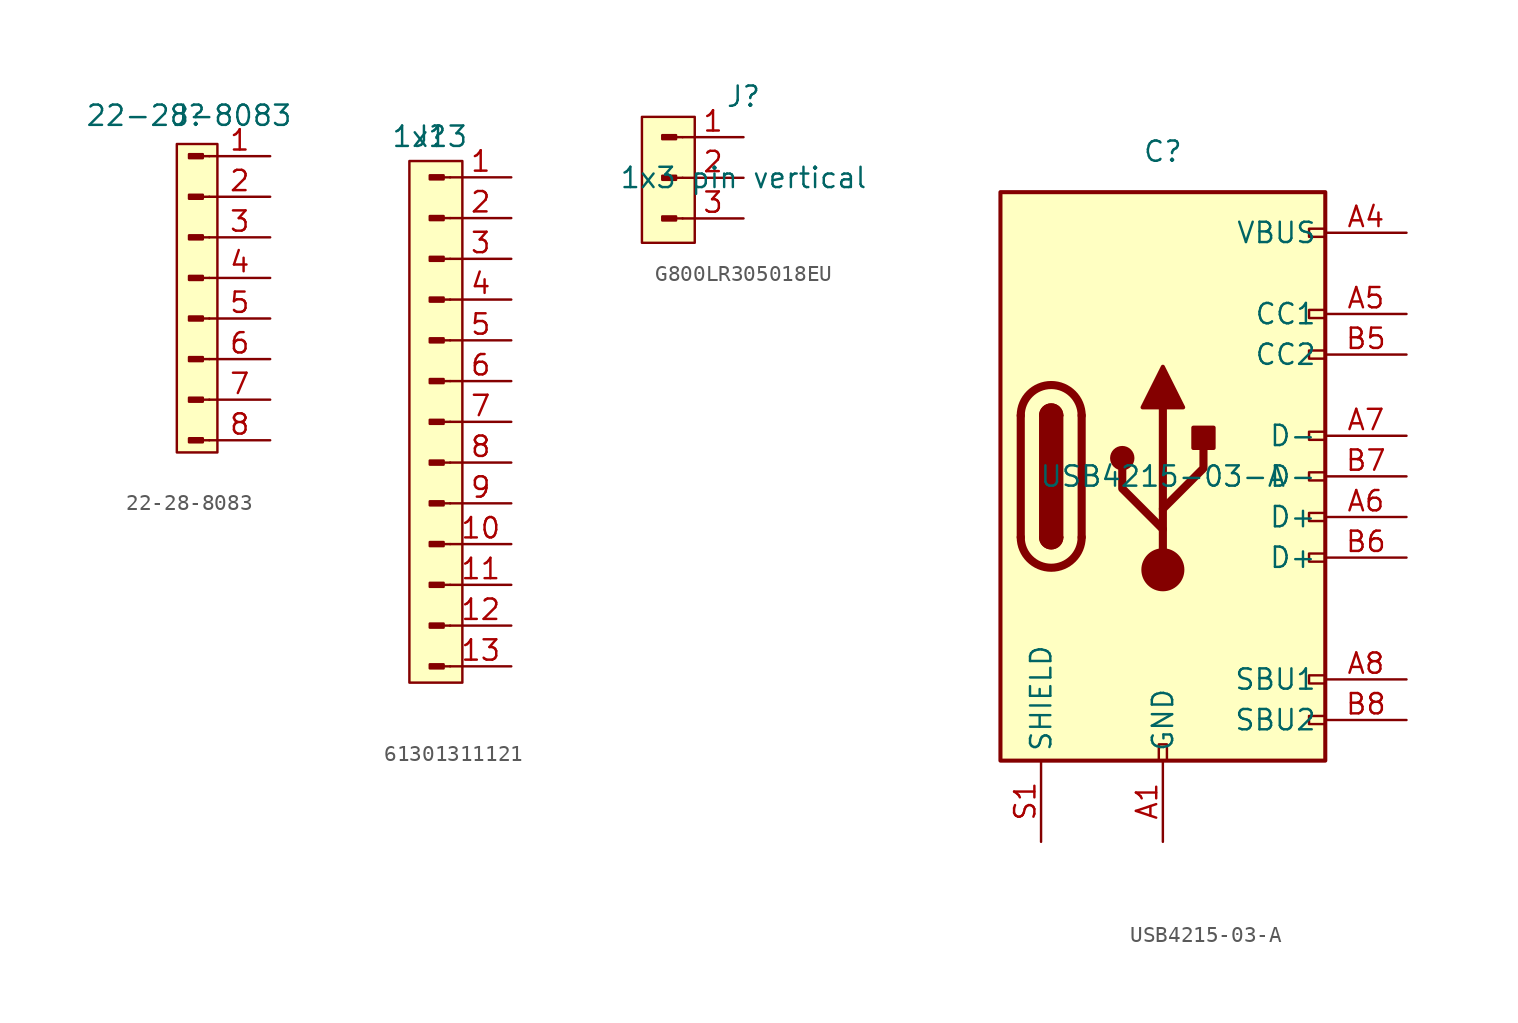
<source format=kicad_sym>
(kicad_symbol_lib
  (version 20241209)
  (generator "kicad_symbol_editor")
  (generator_version "9.0")
  (symbol "22-28-8083"
    (pin_names
      (hide yes))
    (property "Reference" "J"
      (at 0 0 0)
      (effects (font (size 1.27 1.27))))
    (property "Value" "22-28-8083"
      (at 0 0 0)
      (effects (font (size 1.27 1.27))))
    (symbol "22-28-8083_1_1"
      (rectangle (start -0.762 -1.778) (end 1.778 -21.082) (stroke (width 0) (type solid)) (fill (type color) (color 255 255 194 1)))
      (rectangle (start 0.864 -2.413) (end 0 -2.667) (stroke (width 0.152) (type default)) (fill (type outline)))
      (rectangle (start 0.864 -4.953) (end 0 -5.207) (stroke (width 0.152) (type default)) (fill (type outline)))
      (rectangle (start 0.864 -7.493) (end 0 -7.747) (stroke (width 0.152) (type default)) (fill (type outline)))
      (rectangle (start 0.864 -10.033) (end 0 -10.287) (stroke (width 0.152) (type default)) (fill (type outline)))
      (rectangle (start 0.864 -12.573) (end 0 -12.827) (stroke (width 0.152) (type default)) (fill (type outline)))
      (rectangle (start 0.864 -15.113) (end 0 -15.367) (stroke (width 0.152) (type default)) (fill (type outline)))
      (rectangle (start 0.864 -17.653) (end 0 -17.907) (stroke (width 0.152) (type default)) (fill (type outline)))
      (rectangle (start 0.864 -20.193) (end 0 -20.447) (stroke (width 0.152) (type default)) (fill (type outline)))
      (polyline (pts (xy 1.27 -2.54) (xy 0.864 -2.54)) (stroke (width 0.152) (type default)) (fill (type none)))
      (polyline (pts (xy 1.27 -5.08) (xy 0.864 -5.08)) (stroke (width 0.152) (type default)) (fill (type none)))
      (polyline (pts (xy 1.27 -7.62) (xy 0.864 -7.62)) (stroke (width 0.152) (type default)) (fill (type none)))
      (polyline (pts (xy 1.27 -10.16) (xy 0.864 -10.16)) (stroke (width 0.152) (type default)) (fill (type none)))
      (polyline (pts (xy 1.27 -12.7) (xy 0.864 -12.7)) (stroke (width 0.152) (type default)) (fill (type none)))
      (polyline (pts (xy 1.27 -15.24) (xy 0.864 -15.24)) (stroke (width 0.152) (type default)) (fill (type none)))
      (polyline (pts (xy 1.27 -17.78) (xy 0.864 -17.78)) (stroke (width 0.152) (type default)) (fill (type none)))
      (polyline (pts (xy 1.27 -20.32) (xy 0.864 -20.32)) (stroke (width 0.152) (type default)) (fill (type none)))
      (pin passive line (at 5.08 -2.54 180) (length 3.81) (name "Pin_1" (effects (font (size 1.27 1.27)))) (number "1" (effects (font (size 1.27 1.27)))))
      (pin passive line (at 5.08 -5.08 180) (length 3.81) (name "Pin_2" (effects (font (size 1.27 1.27)))) (number "2" (effects (font (size 1.27 1.27)))))
      (pin passive line (at 5.08 -7.62 180) (length 3.81) (name "Pin_3" (effects (font (size 1.27 1.27)))) (number "3" (effects (font (size 1.27 1.27)))))
      (pin passive line (at 5.08 -10.16 180) (length 3.81) (name "Pin_4" (effects (font (size 1.27 1.27)))) (number "4" (effects (font (size 1.27 1.27)))))
      (pin passive line (at 5.08 -12.7 180) (length 3.81) (name "Pin_5" (effects (font (size 1.27 1.27)))) (number "5" (effects (font (size 1.27 1.27)))))
      (pin passive line (at 5.08 -15.24 180) (length 3.81) (name "Pin_6" (effects (font (size 1.27 1.27)))) (number "6" (effects (font (size 1.27 1.27)))))
      (pin passive line (at 5.08 -17.78 180) (length 3.81) (name "Pin_7" (effects (font (size 1.27 1.27)))) (number "7" (effects (font (size 1.27 1.27)))))
      (pin passive line (at 5.08 -20.32 180) (length 3.81) (name "Pin_8" (effects (font (size 1.27 1.27)))) (number "8" (effects (font (size 1.27 1.27)))))))
  (symbol "61301311121"
    (pin_names
      (hide yes))
    (property "Reference" "J"
      (at 0 0 0)
      (effects (font (size 1.27 1.27))))
    (property "Value" "1x13"
      (at 0 0 0)
      (effects (font (size 1.27 1.27))))
    (symbol "61301311121_1_1"
      (rectangle (start -1.27 -1.524) (end 2.032 -34.036) (stroke (width 0) (type solid)) (fill (type color) (color 255 255 194 1)))
      (rectangle (start 0.864 -2.413) (end 0 -2.667) (stroke (width 0.152) (type default)) (fill (type outline)))
      (rectangle (start 0.864 -4.953) (end 0 -5.207) (stroke (width 0.152) (type default)) (fill (type outline)))
      (rectangle (start 0.864 -7.493) (end 0 -7.747) (stroke (width 0.152) (type default)) (fill (type outline)))
      (rectangle (start 0.864 -10.033) (end 0 -10.287) (stroke (width 0.152) (type default)) (fill (type outline)))
      (rectangle (start 0.864 -12.573) (end 0 -12.827) (stroke (width 0.152) (type default)) (fill (type outline)))
      (rectangle (start 0.864 -15.113) (end 0 -15.367) (stroke (width 0.152) (type default)) (fill (type outline)))
      (rectangle (start 0.864 -17.653) (end 0 -17.907) (stroke (width 0.152) (type default)) (fill (type outline)))
      (rectangle (start 0.864 -20.193) (end 0 -20.447) (stroke (width 0.152) (type default)) (fill (type outline)))
      (rectangle (start 0.864 -22.733) (end 0 -22.987) (stroke (width 0.152) (type default)) (fill (type outline)))
      (rectangle (start 0.864 -25.273) (end 0 -25.527) (stroke (width 0.152) (type default)) (fill (type outline)))
      (rectangle (start 0.864 -27.813) (end 0 -28.067) (stroke (width 0.152) (type default)) (fill (type outline)))
      (rectangle (start 0.864 -30.353) (end 0 -30.607) (stroke (width 0.152) (type default)) (fill (type outline)))
      (rectangle (start 0.864 -32.893) (end 0 -33.147) (stroke (width 0.152) (type default)) (fill (type outline)))
      (polyline (pts (xy 1.27 -2.54) (xy 0.864 -2.54)) (stroke (width 0.152) (type default)) (fill (type none)))
      (polyline (pts (xy 1.27 -5.08) (xy 0.864 -5.08)) (stroke (width 0.152) (type default)) (fill (type none)))
      (polyline (pts (xy 1.27 -7.62) (xy 0.864 -7.62)) (stroke (width 0.152) (type default)) (fill (type none)))
      (polyline (pts (xy 1.27 -10.16) (xy 0.864 -10.16)) (stroke (width 0.152) (type default)) (fill (type none)))
      (polyline (pts (xy 1.27 -12.7) (xy 0.864 -12.7)) (stroke (width 0.152) (type default)) (fill (type none)))
      (polyline (pts (xy 1.27 -15.24) (xy 0.864 -15.24)) (stroke (width 0.152) (type default)) (fill (type none)))
      (polyline (pts (xy 1.27 -17.78) (xy 0.864 -17.78)) (stroke (width 0.152) (type default)) (fill (type none)))
      (polyline (pts (xy 1.27 -20.32) (xy 0.864 -20.32)) (stroke (width 0.152) (type default)) (fill (type none)))
      (polyline (pts (xy 1.27 -22.86) (xy 0.864 -22.86)) (stroke (width 0.152) (type default)) (fill (type none)))
      (polyline (pts (xy 1.27 -25.4) (xy 0.864 -25.4)) (stroke (width 0.152) (type default)) (fill (type none)))
      (polyline (pts (xy 1.27 -27.94) (xy 0.864 -27.94)) (stroke (width 0.152) (type default)) (fill (type none)))
      (polyline (pts (xy 1.27 -30.48) (xy 0.864 -30.48)) (stroke (width 0.152) (type default)) (fill (type none)))
      (polyline (pts (xy 1.27 -33.02) (xy 0.864 -33.02)) (stroke (width 0.152) (type default)) (fill (type none)))
      (pin passive line (at 5.08 -2.54 180) (length 3.81) (name "Pin_1" (effects (font (size 1.27 1.27)))) (number "1" (effects (font (size 1.27 1.27)))))
      (pin passive line (at 5.08 -5.08 180) (length 3.81) (name "Pin_2" (effects (font (size 1.27 1.27)))) (number "2" (effects (font (size 1.27 1.27)))))
      (pin passive line (at 5.08 -7.62 180) (length 3.81) (name "Pin_3" (effects (font (size 1.27 1.27)))) (number "3" (effects (font (size 1.27 1.27)))))
      (pin passive line (at 5.08 -10.16 180) (length 3.81) (name "Pin_4" (effects (font (size 1.27 1.27)))) (number "4" (effects (font (size 1.27 1.27)))))
      (pin passive line (at 5.08 -12.7 180) (length 3.81) (name "Pin_5" (effects (font (size 1.27 1.27)))) (number "5" (effects (font (size 1.27 1.27)))))
      (pin passive line (at 5.08 -15.24 180) (length 3.81) (name "Pin_6" (effects (font (size 1.27 1.27)))) (number "6" (effects (font (size 1.27 1.27)))))
      (pin passive line (at 5.08 -17.78 180) (length 3.81) (name "Pin_7" (effects (font (size 1.27 1.27)))) (number "7" (effects (font (size 1.27 1.27)))))
      (pin passive line (at 5.08 -20.32 180) (length 3.81) (name "Pin_8" (effects (font (size 1.27 1.27)))) (number "8" (effects (font (size 1.27 1.27)))))
      (pin passive line (at 5.08 -22.86 180) (length 3.81) (name "Pin_9" (effects (font (size 1.27 1.27)))) (number "9" (effects (font (size 1.27 1.27)))))
      (pin passive line (at 5.08 -25.4 180) (length 3.81) (name "Pin_10" (effects (font (size 1.27 1.27)))) (number "10" (effects (font (size 1.27 1.27)))))
      (pin passive line (at 5.08 -27.94 180) (length 3.81) (name "Pin_11" (effects (font (size 1.27 1.27)))) (number "11" (effects (font (size 1.27 1.27)))))
      (pin passive line (at 5.08 -30.48 180) (length 3.81) (name "Pin_12" (effects (font (size 1.27 1.27)))) (number "12" (effects (font (size 1.27 1.27)))))
      (pin passive line (at 5.08 -33.02 180) (length 3.81) (name "Pin_13" (effects (font (size 1.27 1.27)))) (number "13" (effects (font (size 1.27 1.27)))))))
  (symbol "G800LR305018EU"
    (pin_names
      (hide yes))
    (property "Reference" "J"
      (at 0 5.08 0)
      (effects (font (size 1.27 1.27))))
    (property "Value" "1x3 pin vertical"
      (at 0 0 0)
      (effects (font (size 1.27 1.27))))
    (symbol "G800LR305018EU_1_1"
      (rectangle (start -6.35 3.81) (end -3.048 -4.064) (stroke (width 0) (type solid)) (fill (type color) (color 255 255 194 1)))
      (rectangle (start -4.216 2.667) (end -5.08 2.413) (stroke (width 0.152) (type default)) (fill (type outline)))
      (rectangle (start -4.216 0.127) (end -5.08 -0.127) (stroke (width 0.152) (type default)) (fill (type outline)))
      (rectangle (start -4.216 -2.413) (end -5.08 -2.667) (stroke (width 0.152) (type default)) (fill (type outline)))
      (polyline (pts (xy -3.81 2.54) (xy -4.216 2.54)) (stroke (width 0.152) (type default)) (fill (type none)))
      (polyline (pts (xy -3.81 0) (xy -4.216 0)) (stroke (width 0.152) (type default)) (fill (type none)))
      (polyline (pts (xy -3.81 -2.54) (xy -4.216 -2.54)) (stroke (width 0.152) (type default)) (fill (type none)))
      (pin passive line (at 0 2.54 180) (length 3.81) (name "Pin_1" (effects (font (size 1.27 1.27)))) (number "1" (effects (font (size 1.27 1.27)))))
      (pin passive line (at 0 0 180) (length 3.81) (name "Pin_2" (effects (font (size 1.27 1.27)))) (number "2" (effects (font (size 1.27 1.27)))))
      (pin passive line (at 0 -2.54 180) (length 3.81) (name "Pin_3" (effects (font (size 1.27 1.27)))) (number "3" (effects (font (size 1.27 1.27)))))))
  (symbol "USB4215-03-A"
    (property "Reference" "C"
      (at 0 20.32 0)
      (effects (font (size 1.27 1.27))))
    (property "Value" "USB4215-03-A"
      (at 0 0 0)
      (effects (font (size 1.27 1.27))))
    (symbol "USB4215-03-A_0_0"
      (rectangle (start -0.254 -17.78) (end 0.254 -16.764) (stroke (width 0) (type default)) (fill (type none)))
      (rectangle (start 10.16 15.494) (end 9.144 14.986) (stroke (width 0) (type default)) (fill (type none)))
      (rectangle (start 10.16 10.414) (end 9.144 9.906) (stroke (width 0) (type default)) (fill (type none)))
      (rectangle (start 10.16 7.874) (end 9.144 7.366) (stroke (width 0) (type default)) (fill (type none)))
      (rectangle (start 10.16 2.794) (end 9.144 2.286) (stroke (width 0) (type default)) (fill (type none)))
      (rectangle (start 10.16 0.254) (end 9.144 -0.254) (stroke (width 0) (type default)) (fill (type none)))
      (rectangle (start 10.16 -2.286) (end 9.144 -2.794) (stroke (width 0) (type default)) (fill (type none)))
      (rectangle (start 10.16 -4.826) (end 9.144 -5.334) (stroke (width 0) (type default)) (fill (type none)))
      (rectangle (start 10.16 -12.446) (end 9.144 -12.954) (stroke (width 0) (type default)) (fill (type none)))
      (rectangle (start 10.16 -14.986) (end 9.144 -15.494) (stroke (width 0) (type default)) (fill (type none))))
    (symbol "USB4215-03-A_0_1"
      (rectangle (start -10.16 17.78) (end 10.16 -17.78) (stroke (width 0.254) (type default)) (fill (type background)))
      (polyline (pts (xy -8.89 -3.81) (xy -8.89 3.81)) (stroke (width 0.508) (type default)) (fill (type none)))
      (rectangle (start -7.62 -3.81) (end -6.35 3.81) (stroke (width 0.254) (type default)) (fill (type outline)))
      (arc (start -7.62 3.81) (mid -6.985 4.4423) (end -6.35 3.81) (stroke (width 0.254) (type default)) (fill (type none)))
      (arc (start -7.62 3.81) (mid -6.985 4.4423) (end -6.35 3.81) (stroke (width 0.254) (type default)) (fill (type outline)))
      (arc (start -8.89 3.81) (mid -6.985 5.7067) (end -5.08 3.81) (stroke (width 0.508) (type default)) (fill (type none)))
      (arc (start -5.08 -3.81) (mid -6.985 -5.7067) (end -8.89 -3.81) (stroke (width 0.508) (type default)) (fill (type none)))
      (arc (start -6.35 -3.81) (mid -6.985 -4.4423) (end -7.62 -3.81) (stroke (width 0.254) (type default)) (fill (type none)))
      (arc (start -6.35 -3.81) (mid -6.985 -4.4423) (end -7.62 -3.81) (stroke (width 0.254) (type default)) (fill (type outline)))
      (polyline (pts (xy -5.08 3.81) (xy -5.08 -3.81)) (stroke (width 0.508) (type default)) (fill (type none)))
      (circle (center -2.54 1.143) (radius 0.635) (stroke (width 0.254) (type default)) (fill (type outline)))
      (polyline (pts (xy -1.27 4.318) (xy 0 6.858) (xy 1.27 4.318) (xy -1.27 4.318)) (stroke (width 0.254) (type default)) (fill (type outline)))
      (polyline (pts (xy 0 -2.032) (xy 2.54 0.508) (xy 2.54 1.778)) (stroke (width 0.508) (type default)) (fill (type none)))
      (polyline (pts (xy 0 -3.302) (xy -2.54 -0.762) (xy -2.54 0.508)) (stroke (width 0.508) (type default)) (fill (type none)))
      (polyline (pts (xy 0 -5.842) (xy 0 4.318)) (stroke (width 0.508) (type default)) (fill (type none)))
      (circle (center 0 -5.842) (radius 1.27) (stroke (width 0) (type default)) (fill (type outline)))
      (rectangle (start 1.905 1.778) (end 3.175 3.048) (stroke (width 0.254) (type default)) (fill (type outline))))
    (symbol "USB4215-03-A_1_1"
      (pin passive line (at -7.62 -22.86 90) (length 5.08) (name "SHIELD" (effects (font (size 1.27 1.27)))) (number "S1" (effects (font (size 1.27 1.27)))))
      (pin passive line (at 0 -22.86 90) (length 5.08) (name "GND" (effects (font (size 1.27 1.27)))) (number "A1" (effects (font (size 1.27 1.27)))))
      (pin passive line (at 0 -22.86 90) (length 5.08) (hide yes) (name "GND" (effects (font (size 1.27 1.27)))) (number "A12" (effects (font (size 1.27 1.27)))))
      (pin passive line (at 0 -22.86 90) (length 5.08) (hide yes) (name "GND" (effects (font (size 1.27 1.27)))) (number "B1" (effects (font (size 1.27 1.27)))))
      (pin passive line (at 0 -22.86 90) (length 5.08) (hide yes) (name "GND" (effects (font (size 1.27 1.27)))) (number "B12" (effects (font (size 1.27 1.27)))))
      (pin passive line (at 15.24 15.24 180) (length 5.08) (name "VBUS" (effects (font (size 1.27 1.27)))) (number "A4" (effects (font (size 1.27 1.27)))))
      (pin passive line (at 15.24 15.24 180) (length 5.08) (hide yes) (name "VBUS" (effects (font (size 1.27 1.27)))) (number "A9" (effects (font (size 1.27 1.27)))))
      (pin passive line (at 15.24 15.24 180) (length 5.08) (hide yes) (name "VBUS" (effects (font (size 1.27 1.27)))) (number "B4" (effects (font (size 1.27 1.27)))))
      (pin passive line (at 15.24 15.24 180) (length 5.08) (hide yes) (name "VBUS" (effects (font (size 1.27 1.27)))) (number "B9" (effects (font (size 1.27 1.27)))))
      (pin bidirectional line (at 15.24 10.16 180) (length 5.08) (name "CC1" (effects (font (size 1.27 1.27)))) (number "A5" (effects (font (size 1.27 1.27)))))
      (pin bidirectional line (at 15.24 7.62 180) (length 5.08) (name "CC2" (effects (font (size 1.27 1.27)))) (number "B5" (effects (font (size 1.27 1.27)))))
      (pin bidirectional line (at 15.24 2.54 180) (length 5.08) (name "D-" (effects (font (size 1.27 1.27)))) (number "A7" (effects (font (size 1.27 1.27)))))
      (pin bidirectional line (at 15.24 0 180) (length 5.08) (name "D-" (effects (font (size 1.27 1.27)))) (number "B7" (effects (font (size 1.27 1.27)))))
      (pin bidirectional line (at 15.24 -2.54 180) (length 5.08) (name "D+" (effects (font (size 1.27 1.27)))) (number "A6" (effects (font (size 1.27 1.27)))))
      (pin bidirectional line (at 15.24 -5.08 180) (length 5.08) (name "D+" (effects (font (size 1.27 1.27)))) (number "B6" (effects (font (size 1.27 1.27)))))
      (pin bidirectional line (at 15.24 -12.7 180) (length 5.08) (name "SBU1" (effects (font (size 1.27 1.27)))) (number "A8" (effects (font (size 1.27 1.27)))))
      (pin bidirectional line (at 15.24 -15.24 180) (length 5.08) (name "SBU2" (effects (font (size 1.27 1.27)))) (number "B8" (effects (font (size 1.27 1.27))))))))
</source>
